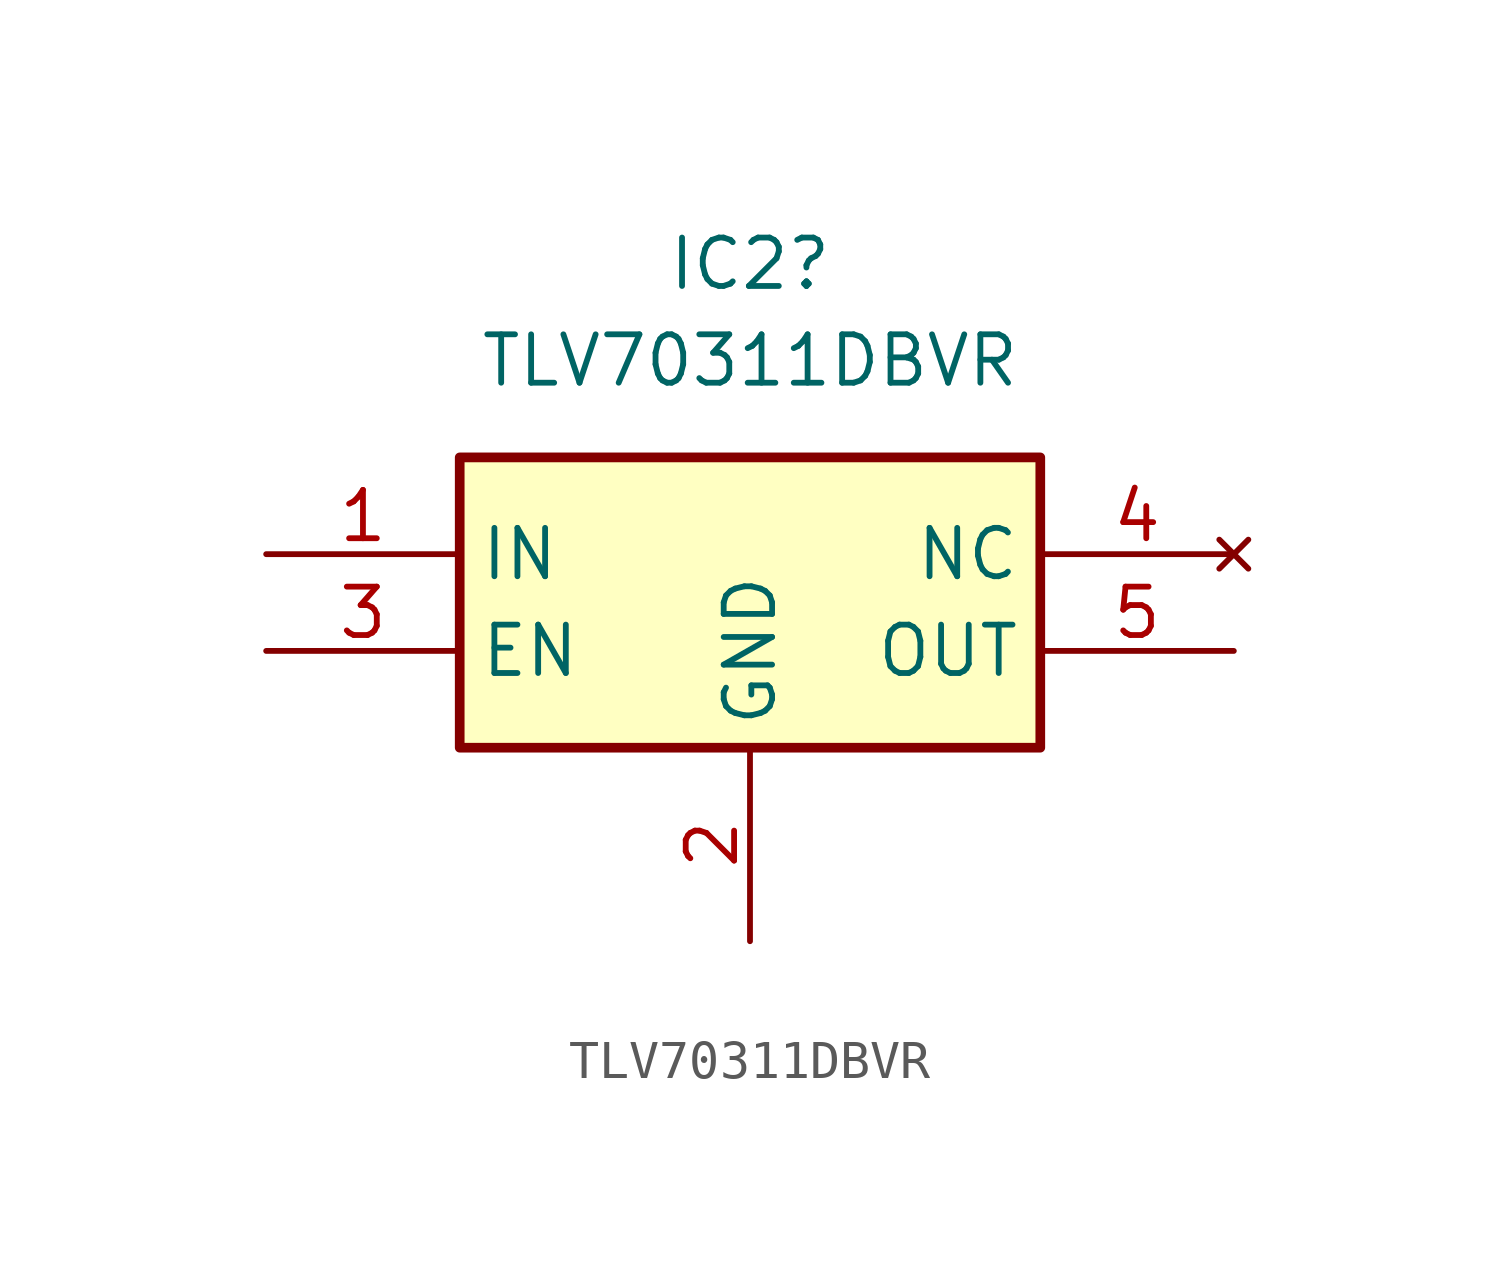
<source format=kicad_sym>
(kicad_symbol_lib
  (version 20241209)
  (generator "kicad_symbol_editor")
  (generator_version "9.0")
  (symbol "TLV70311DBVR"
    (property "Reference" "IC2"
      (at 12.7 7.62 0)
      (effects (font (size 1.27 1.27))))
    (property "Value" "TLV70311DBVR"
      (at 12.7 5.08 0)
      (effects (font (size 1.27 1.27))))
    (symbol "TLV70311DBVR_1_1"
      (rectangle (start 5.08 2.54) (end 20.32 -5.08) (stroke (width 0.254) (type default)) (fill (type background)))
      (pin passive line (at 0 0 0) (length 5.08) (name "IN" (effects (font (size 1.27 1.27)))) (number "1" (effects (font (size 1.27 1.27)))))
      (pin passive line (at 0 -2.54 0) (length 5.08) (name "EN" (effects (font (size 1.27 1.27)))) (number "3" (effects (font (size 1.27 1.27)))))
      (pin passive line (at 12.7 -10.16 90) (length 5.08) (name "GND" (effects (font (size 1.27 1.27)))) (number "2" (effects (font (size 1.27 1.27)))))
      (pin no_connect line (at 25.4 0 180) (length 5.08) (name "NC" (effects (font (size 1.27 1.27)))) (number "4" (effects (font (size 1.27 1.27)))))
      (pin power_out line (at 25.4 -2.54 180) (length 5.08) (name "OUT" (effects (font (size 1.27 1.27)))) (number "5" (effects (font (size 1.27 1.27))))))))
</source>
